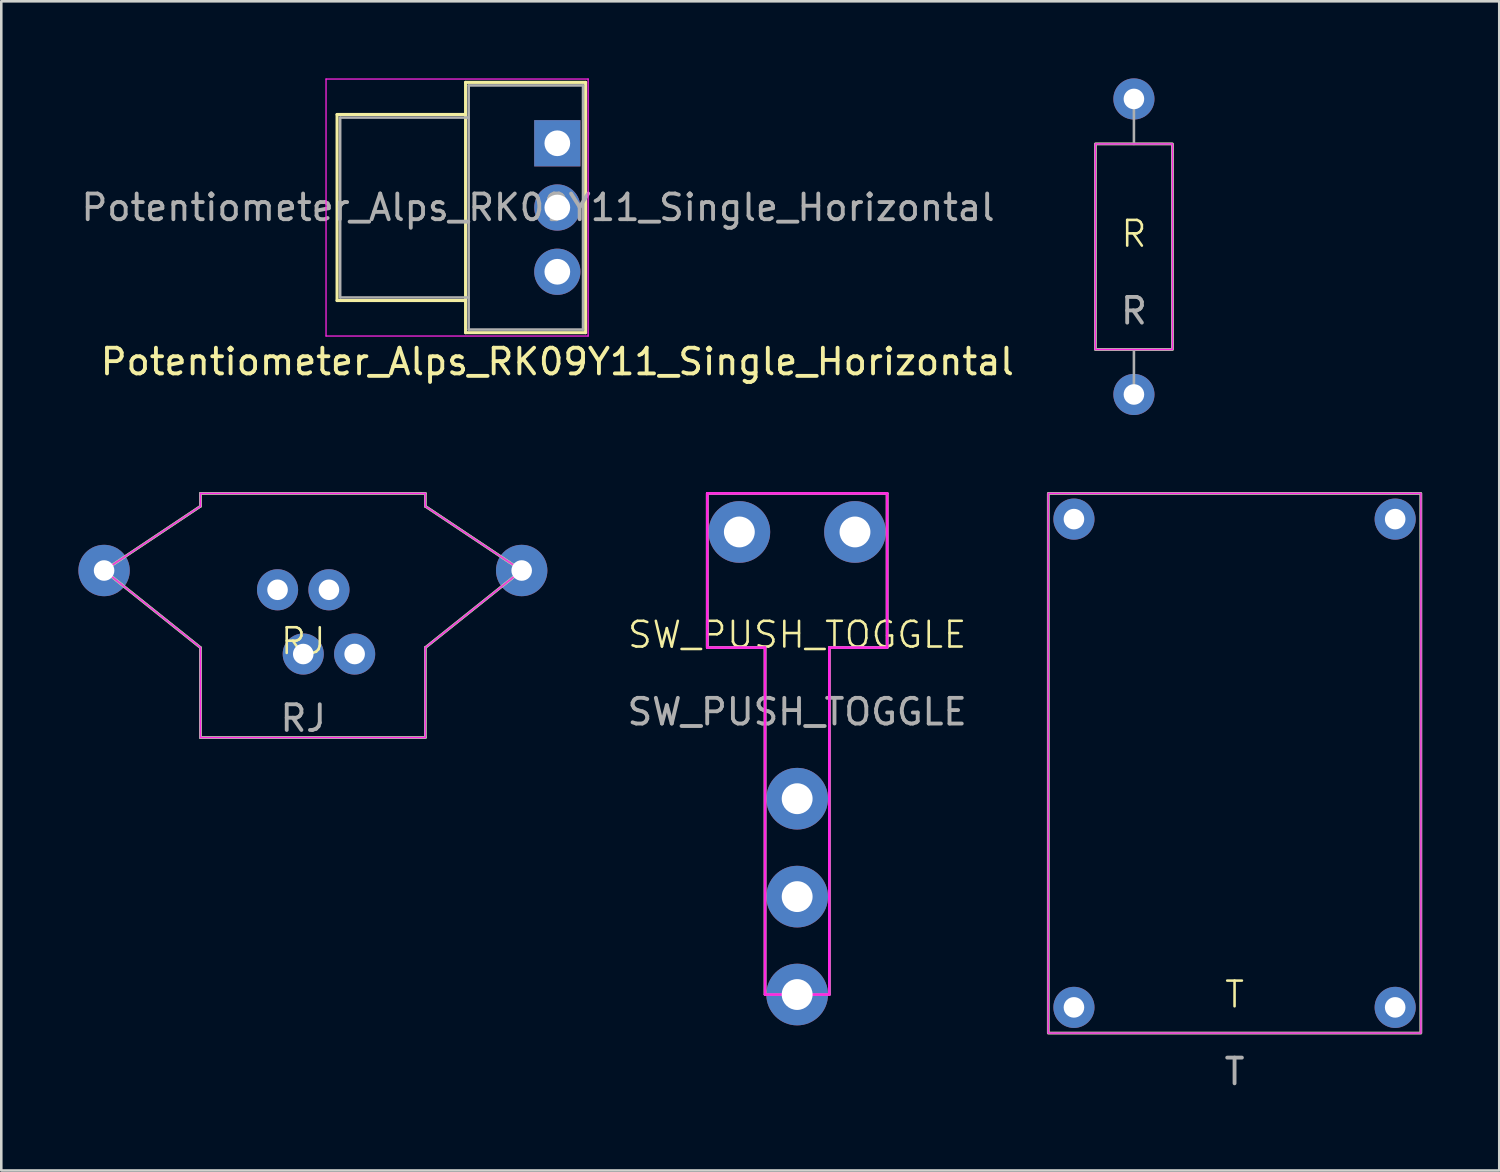
<source format=kicad_pcb>
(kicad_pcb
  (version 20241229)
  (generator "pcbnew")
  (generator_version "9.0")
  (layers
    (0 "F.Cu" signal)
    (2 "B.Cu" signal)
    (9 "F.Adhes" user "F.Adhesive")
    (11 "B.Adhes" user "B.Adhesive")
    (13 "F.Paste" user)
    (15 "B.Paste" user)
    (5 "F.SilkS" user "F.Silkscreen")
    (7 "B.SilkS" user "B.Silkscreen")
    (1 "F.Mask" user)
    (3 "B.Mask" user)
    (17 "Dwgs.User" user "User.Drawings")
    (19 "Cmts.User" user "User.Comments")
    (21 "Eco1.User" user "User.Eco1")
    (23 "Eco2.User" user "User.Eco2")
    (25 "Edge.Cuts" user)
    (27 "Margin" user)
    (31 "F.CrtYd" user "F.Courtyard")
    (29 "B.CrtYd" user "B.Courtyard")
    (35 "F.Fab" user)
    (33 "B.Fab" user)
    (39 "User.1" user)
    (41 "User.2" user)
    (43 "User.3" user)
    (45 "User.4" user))
  (footprint "R"
    (layer "F.Cu")
    (at 41.074 6.55)
    (property "Reference" "R" (at 0 -0.5 0) (unlocked yes) (layer "F.SilkS") (effects (font (size 1 1) (thickness 0.1))))
    (attr smd)
    (fp_rect (start -1.5 -4) (end 1.5 4) (stroke (width 0.1) (type default)) (fill no) (layer "F.SilkS"))
    (fp_rect (start -1.5 -4) (end 1.5 4) (stroke (width 0.05) (type default)) (fill no) (layer "F.CrtYd"))
    (fp_line (start 0 -4) (end 0 -5.5) (stroke (width 0.1) (type default)) (layer "F.Fab"))
    (fp_line (start 0 4) (end 0 5.5) (stroke (width 0.1) (type default)) (layer "F.Fab"))
    (fp_rect (start -1.5 -4) (end 1.5 4) (stroke (width 0.1) (type default)) (fill no) (layer "F.Fab"))
    (fp_text user "${REFERENCE}" (at 0 2.5 0) (unlocked yes) (layer "F.Fab") (effects (font (size 1 1) (thickness 0.15))))
    (pad "1" thru_hole circle (at 0 -5.75) (size 1.6 1.6) (drill 0.8) (layers "*.Cu" "*.Mask"))
    (pad "2" thru_hole circle (at 0 5.75) (size 1.6 1.6) (drill 0.8) (layers "*.Cu" "*.Mask")))
  (footprint "Potentiometer_Alps_RK09Y11_Single_Horizontal"
    (layer "F.Cu")
    (at 18.637 2.525)
    (property "Reference" "Potentiometer_Alps_RK09Y11_Single_Horizontal" (at 0 8.5 180) (layer "F.SilkS") (effects (font (size 1 1) (thickness 0.15))))
    (attr through_hole)
    (fp_line (start -8.57 6.12) (end -8.57 -1.12) (stroke (width 0.12) (type solid)) (layer "F.SilkS"))
    (fp_line (start -3.57 -1.12) (end -8.57 -1.12) (stroke (width 0.12) (type solid)) (layer "F.SilkS"))
    (fp_line (start -3.57 6.12) (end -8.57 6.12) (stroke (width 0.12) (type solid)) (layer "F.SilkS"))
    (fp_line (start -3.57 7.37) (end -3.57 -2.37) (stroke (width 0.12) (type solid)) (layer "F.SilkS"))
    (fp_line (start 1.1 -2.37) (end -3.57 -2.37) (stroke (width 0.12) (type solid)) (layer "F.SilkS"))
    (fp_line (start 1.1 7.37) (end -3.57 7.37) (stroke (width 0.12) (type solid)) (layer "F.SilkS"))
    (fp_line (start 1.1 7.37) (end 1.1 -2.37) (stroke (width 0.12) (type solid)) (layer "F.SilkS"))
    (fp_line (start -9 -2.5) (end -9 7.5) (stroke (width 0.05) (type solid)) (layer "F.CrtYd"))
    (fp_line (start -9 7.5) (end 1.2 7.5) (stroke (width 0.05) (type solid)) (layer "F.CrtYd"))
    (fp_line (start 1.2 -2.5) (end -9 -2.5) (stroke (width 0.05) (type solid)) (layer "F.CrtYd"))
    (fp_line (start 1.2 7.5) (end 1.2 -2.5) (stroke (width 0.05) (type solid)) (layer "F.CrtYd"))
    (fp_line (start -8.45 -1) (end -8.45 6) (stroke (width 0.1) (type solid)) (layer "F.Fab"))
    (fp_line (start -8.45 6) (end -3.45 6) (stroke (width 0.1) (type solid)) (layer "F.Fab"))
    (fp_line (start -3.45 -2.25) (end -3.45 7.25) (stroke (width 0.1) (type solid)) (layer "F.Fab"))
    (fp_line (start -3.45 -1) (end -8.45 -1) (stroke (width 0.1) (type solid)) (layer "F.Fab"))
    (fp_line (start -3.45 7.25) (end 1 7.25) (stroke (width 0.1) (type solid)) (layer "F.Fab"))
    (fp_line (start 1 -2.25) (end -3.45 -2.25) (stroke (width 0.1) (type solid)) (layer "F.Fab"))
    (fp_line (start 1 7.25) (end 1 -2.25) (stroke (width 0.1) (type solid)) (layer "F.Fab"))
    (fp_text user "${REFERENCE}" (at -0.75 2.5 180) (layer "F.Fab") (effects (font (size 1 1) (thickness 0.15))))
    (pad "1" thru_hole rect (at 0 0 180) (size 1.8 1.8) (drill 1) (layers "*.Cu" "*.Mask"))
    (pad "2" thru_hole circle (at 0 2.5 180) (size 1.8 1.8) (drill 1) (layers "*.Cu" "*.Mask"))
    (pad "3" thru_hole circle (at 0 5 180) (size 1.8 1.8) (drill 1) (layers "*.Cu" "*.Mask")))
  (footprint "RJ"
    (layer "F.Cu")
    (at 8.75 22.4)
    (property "Reference" "RJ" (at 0 -0.5 0) (unlocked yes) (layer "F.SilkS") (effects (font (size 1 1) (thickness 0.1))))
    (attr through_hole)
    (fp_line (start -4 -6.25) (end -4 -5.75) (stroke (width 0.1) (type default)) (layer "F.SilkS"))
    (fp_line (start -4 -5.75) (end -7.75 -3.25) (stroke (width 0.1) (type solid)) (layer "F.SilkS"))
    (fp_line (start -4 -0.25) (end -7.75 -3.25) (stroke (width 0.1) (type solid)) (layer "F.SilkS"))
    (fp_line (start -4 3.25) (end -4 -0.25) (stroke (width 0.1) (type solid)) (layer "F.SilkS"))
    (fp_line (start 4.75 -6.25) (end -4 -6.25) (stroke (width 0.1) (type solid)) (layer "F.SilkS"))
    (fp_line (start 4.75 -5.75) (end 4.75 -6.25) (stroke (width 0.1) (type solid)) (layer "F.SilkS"))
    (fp_line (start 4.75 -0.25) (end 4.75 3.25) (stroke (width 0.1) (type solid)) (layer "F.SilkS"))
    (fp_line (start 4.75 3.25) (end -4 3.25) (stroke (width 0.1) (type solid)) (layer "F.SilkS"))
    (fp_line (start 8.5 -3.25) (end 4.75 -5.75) (stroke (width 0.1) (type solid)) (layer "F.SilkS"))
    (fp_line (start 8.5 -3.25) (end 4.75 -0.25) (stroke (width 0.1) (type solid)) (layer "F.SilkS"))
    (fp_line (start -7.75 -3.25) (end -4 -0.25) (stroke (width 0.05) (type default)) (layer "F.CrtYd"))
    (fp_line (start -4 -6.25) (end -4 -5.75) (stroke (width 0.05) (type default)) (layer "F.CrtYd"))
    (fp_line (start -4 -5.75) (end -7.75 -3.25) (stroke (width 0.05) (type default)) (layer "F.CrtYd"))
    (fp_line (start -4 -0.25) (end -4 3.25) (stroke (width 0.05) (type default)) (layer "F.CrtYd"))
    (fp_line (start -4 3.25) (end 4.75 3.25) (stroke (width 0.05) (type default)) (layer "F.CrtYd"))
    (fp_line (start 4.75 -6.25) (end -4 -6.25) (stroke (width 0.05) (type default)) (layer "F.CrtYd"))
    (fp_line (start 4.75 -5.75) (end 4.75 -6.25) (stroke (width 0.05) (type default)) (layer "F.CrtYd"))
    (fp_line (start 4.75 -0.25) (end 8.5 -3.25) (stroke (width 0.05) (type default)) (layer "F.CrtYd"))
    (fp_line (start 4.75 3.25) (end 4.75 -0.25) (stroke (width 0.05) (type default)) (layer "F.CrtYd"))
    (fp_line (start 8.5 -3.25) (end 4.75 -5.75) (stroke (width 0.05) (type default)) (layer "F.CrtYd"))
    (fp_line (start -7.75 -3.25) (end -4 -0.25) (stroke (width 0.1) (type default)) (layer "F.Fab"))
    (fp_line (start -4 -6.25) (end -4 -5.75) (stroke (width 0.1) (type default)) (layer "F.Fab"))
    (fp_line (start -4 -5.75) (end -7.75 -3.25) (stroke (width 0.1) (type default)) (layer "F.Fab"))
    (fp_line (start -4 -0.25) (end -4 3.25) (stroke (width 0.1) (type default)) (layer "F.Fab"))
    (fp_line (start -4 3.25) (end 4.75 3.25) (stroke (width 0.1) (type default)) (layer "F.Fab"))
    (fp_line (start 4.75 -6.25) (end -4 -6.25) (stroke (width 0.1) (type default)) (layer "F.Fab"))
    (fp_line (start 4.75 -5.75) (end 4.75 -6.25) (stroke (width 0.1) (type default)) (layer "F.Fab"))
    (fp_line (start 4.75 -0.25) (end 8.5 -3.25) (stroke (width 0.1) (type default)) (layer "F.Fab"))
    (fp_line (start 4.75 3.25) (end 4.75 -0.25) (stroke (width 0.1) (type default)) (layer "F.Fab"))
    (fp_line (start 8.5 -3.25) (end 4.75 -5.75) (stroke (width 0.1) (type default)) (layer "F.Fab"))
    (fp_text user "${REFERENCE}" (at 0 2.5 0) (unlocked yes) (layer "F.Fab") (effects (font (size 1 1) (thickness 0.15))))
    (pad "" thru_hole circle (at -7.75 -3.25) (size 2 2) (drill 0.8) (property pad_prop_mechanical) (layers "*.Cu" "*.Mask"))
    (pad "" thru_hole circle (at 8.5 -3.25) (size 2 2) (drill 0.8) (property pad_prop_mechanical) (layers "*.Cu" "*.Mask"))
    (pad "1" thru_hole circle (at 2 0) (size 1.6 1.6) (drill 0.8) (layers "*.Cu" "*.Mask"))
    (pad "2" thru_hole circle (at 1 -2.5) (size 1.6 1.6) (drill 0.8) (layers "*.Cu" "*.Mask"))
    (pad "3" thru_hole circle (at 0 0) (size 1.6 1.6) (drill 0.8) (layers "*.Cu" "*.Mask"))
    (pad "4" thru_hole circle (at -1 -2.5) (size 1.6 1.6) (drill 0.8) (layers "*.Cu" "*.Mask")))
  (footprint "SW_PUSH_TOGGLE"
    (layer "F.Cu")
    (at 27.97 35.65)
    (property "Reference" "SW_PUSH_TOGGLE" (at 0 -14 0) (unlocked yes) (layer "F.SilkS") (effects (font (size 1 1) (thickness 0.1))))
    (attr through_hole)
    (fp_line (start -3.5 -19.5) (end -3.5 -13.5) (stroke (width 0.1) (type default)) (layer "F.SilkS"))
    (fp_line (start -3.5 -13.5) (end -1.25 -13.5) (stroke (width 0.1) (type default)) (layer "F.SilkS"))
    (fp_line (start -1.25 0) (end -1.25 -13.5) (stroke (width 0.1) (type solid)) (layer "F.SilkS"))
    (fp_line (start 1.25 -13.5) (end 1.25 0) (stroke (width 0.1) (type solid)) (layer "F.SilkS"))
    (fp_line (start 1.25 -13.5) (end 3.5 -13.5) (stroke (width 0.1) (type default)) (layer "F.SilkS"))
    (fp_line (start 3.5 -19.5) (end -3.5 -19.5) (stroke (width 0.1) (type default)) (layer "F.SilkS"))
    (fp_line (start 3.5 -13.5) (end 3.5 -19.5) (stroke (width 0.1) (type default)) (layer "F.SilkS"))
    (fp_line (start -3.5 -19.5) (end -3.5 -13.5) (stroke (width 0.1) (type solid)) (layer "F.CrtYd"))
    (fp_line (start -3.5 -13.5) (end -1.25 -13.5) (stroke (width 0.1) (type solid)) (layer "F.CrtYd"))
    (fp_line (start -1.25 0) (end -1.25 -13.5) (stroke (width 0.1) (type solid)) (layer "F.CrtYd"))
    (fp_line (start 1.25 -13.5) (end 1.25 0) (stroke (width 0.1) (type solid)) (layer "F.CrtYd"))
    (fp_line (start 1.25 -13.5) (end 3.5 -13.5) (stroke (width 0.1) (type solid)) (layer "F.CrtYd"))
    (fp_line (start 1.25 0) (end -1.25 0) (stroke (width 0.1) (type solid)) (layer "F.CrtYd"))
    (fp_line (start 3.5 -19.5) (end -3.5 -19.5) (stroke (width 0.1) (type solid)) (layer "F.CrtYd"))
    (fp_line (start 3.5 -13.5) (end 3.5 -19.5) (stroke (width 0.1) (type solid)) (layer "F.CrtYd"))
    (fp_line (start -3.5 -19.5) (end 3.5 -19.5) (stroke (width 0.1) (type default)) (layer "F.Fab"))
    (fp_line (start -3.5 -13.5) (end -3.5 -19.5) (stroke (width 0.1) (type default)) (layer "F.Fab"))
    (fp_line (start -1.25 -13.5) (end -3.5 -13.5) (stroke (width 0.1) (type default)) (layer "F.Fab"))
    (fp_line (start -1.25 0) (end -1.25 -13.5) (stroke (width 0.1) (type default)) (layer "F.Fab"))
    (fp_line (start 1.25 -13.5) (end 1.25 0) (stroke (width 0.1) (type default)) (layer "F.Fab"))
    (fp_line (start 1.25 0) (end -1.25 0) (stroke (width 0.1) (type default)) (layer "F.Fab"))
    (fp_line (start 3.5 -19.5) (end 3.5 -13.5) (stroke (width 0.1) (type default)) (layer "F.Fab"))
    (fp_line (start 3.5 -13.5) (end 1.25 -13.5) (stroke (width 0.1) (type default)) (layer "F.Fab"))
    (fp_text user "${REFERENCE}" (at 0 -11 0) (unlocked yes) (layer "F.Fab") (effects (font (size 1 1) (thickness 0.15))))
    (pad "" thru_hole circle (at -2.25 -18) (size 2.4 2.4) (drill 1.2) (property pad_prop_mechanical) (layers "*.Cu" "*.Mask"))
    (pad "" thru_hole circle (at 2.25 -18) (size 2.4 2.4) (drill 1.2) (property pad_prop_mechanical) (layers "*.Cu" "*.Mask"))
    (pad "1" thru_hole circle (at 0 0) (size 2.4 2.4) (drill 1.2) (layers "*.Cu" "*.Mask"))
    (pad "2" thru_hole circle (at 0 -3.81) (size 2.4 2.4) (drill 1.2) (layers "*.Cu" "*.Mask"))
    (pad "3" thru_hole circle (at 0 -7.62) (size 2.4 2.4) (drill 1.2) (layers "*.Cu" "*.Mask")))
  (footprint "T"
    (layer "F.Cu")
    (at 44.99 36.15)
    (property "Reference" "T" (at 0 -0.5 0) (unlocked yes) (layer "F.SilkS") (effects (font (size 1 1) (thickness 0.1))))
    (attr through_hole)
    (fp_rect (start -7.25 -20) (end 7.25 1) (stroke (width 0.1) (type default)) (fill no) (layer "F.SilkS"))
    (fp_rect (start -7.25 -20) (end 7.25 1) (stroke (width 0.05) (type default)) (fill no) (layer "F.CrtYd"))
    (fp_rect (start -7.25 -20) (end 7.25 1) (stroke (width 0.1) (type default)) (fill no) (layer "F.Fab"))
    (fp_text user "${REFERENCE}" (at 0 2.5 0) (unlocked yes) (layer "F.Fab") (effects (font (size 1 1) (thickness 0.15))))
    (pad "1" thru_hole circle (at -6.25 0) (size 1.6 1.6) (drill 0.8) (layers "*.Cu" "*.Mask"))
    (pad "2" thru_hole circle (at 6.25 0) (size 1.6 1.6) (drill 0.8) (layers "*.Cu" "*.Mask"))
    (pad "3" thru_hole circle (at -6.25 -19) (size 1.6 1.6) (drill 0.8) (layers "*.Cu" "*.Mask"))
    (pad "4" thru_hole circle (at 6.25 -19) (size 1.6 1.6) (drill 0.8) (layers "*.Cu" "*.Mask")))
  (gr_rect
    (start -3 -3)
    (end 55.29 42.498)
    (stroke (width 0.1) (type default))
    (fill no)
    (layer "Edge.Cuts")))
</source>
